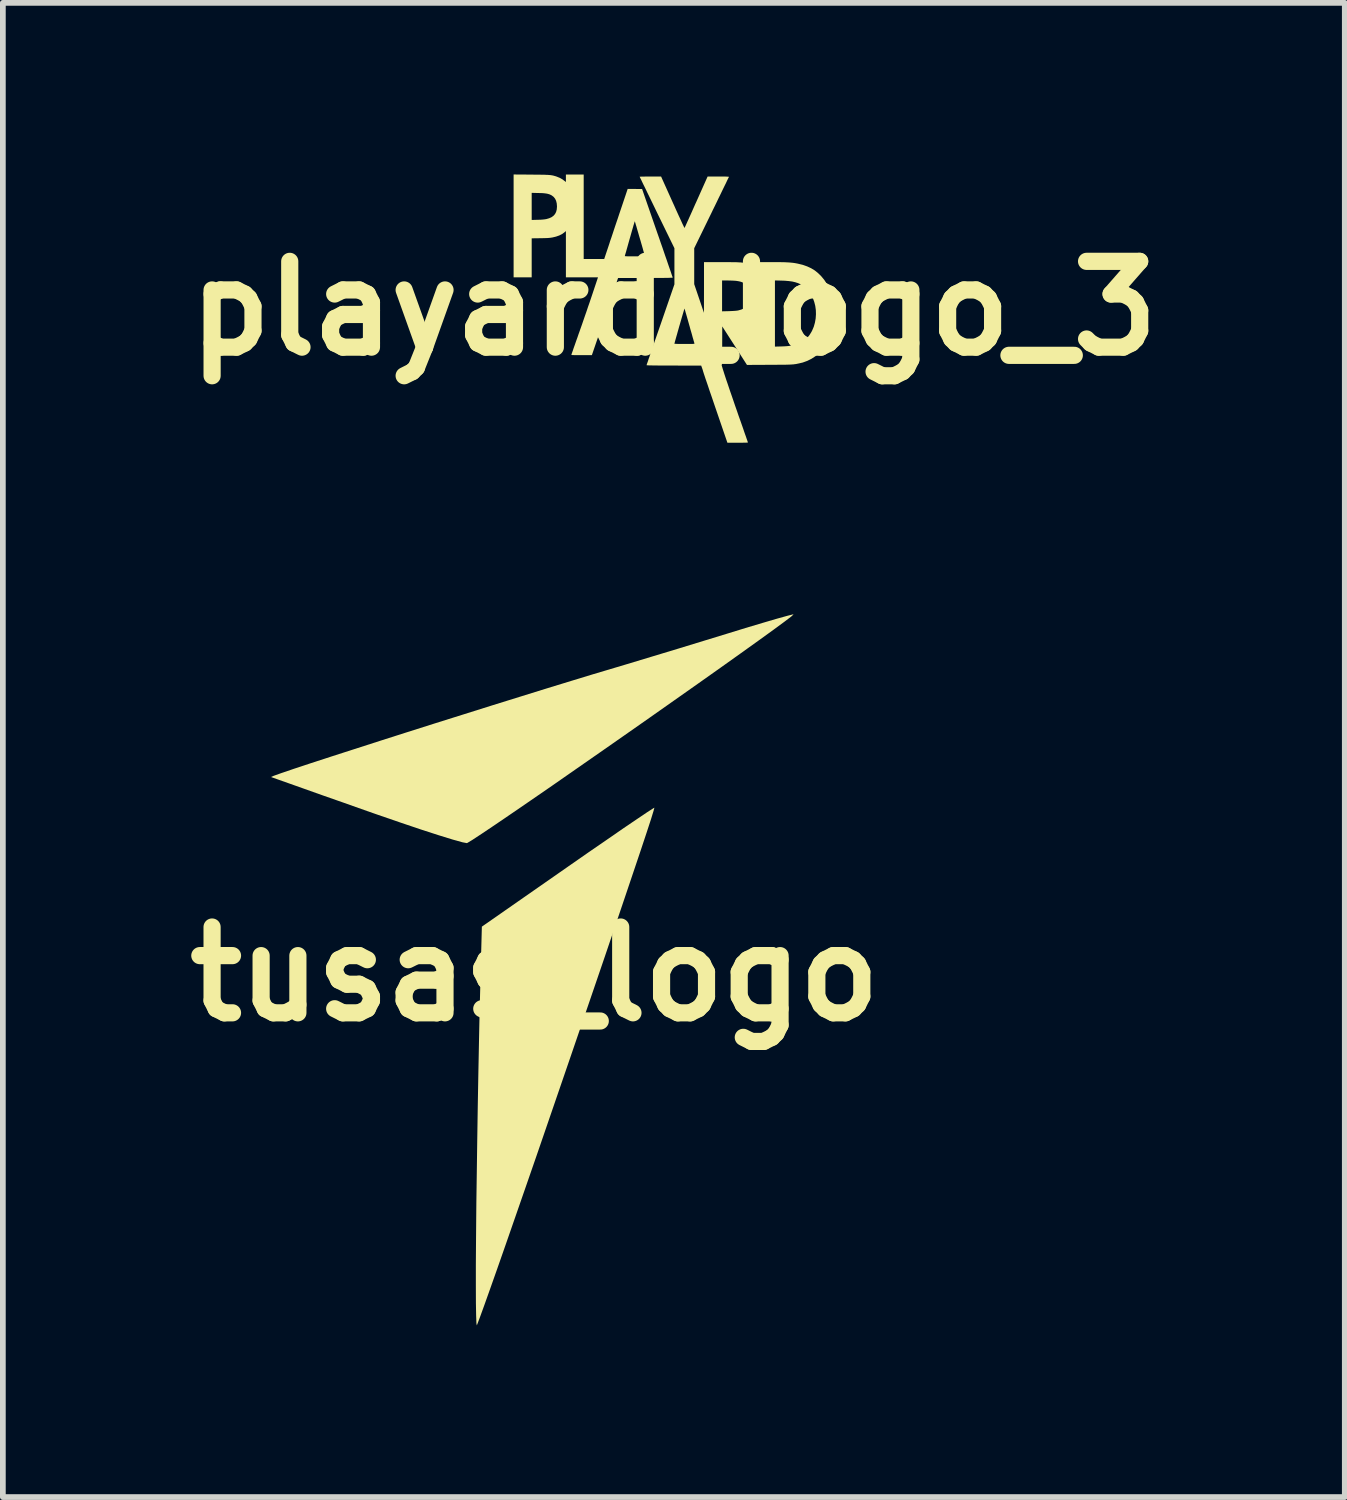
<source format=kicad_pcb>
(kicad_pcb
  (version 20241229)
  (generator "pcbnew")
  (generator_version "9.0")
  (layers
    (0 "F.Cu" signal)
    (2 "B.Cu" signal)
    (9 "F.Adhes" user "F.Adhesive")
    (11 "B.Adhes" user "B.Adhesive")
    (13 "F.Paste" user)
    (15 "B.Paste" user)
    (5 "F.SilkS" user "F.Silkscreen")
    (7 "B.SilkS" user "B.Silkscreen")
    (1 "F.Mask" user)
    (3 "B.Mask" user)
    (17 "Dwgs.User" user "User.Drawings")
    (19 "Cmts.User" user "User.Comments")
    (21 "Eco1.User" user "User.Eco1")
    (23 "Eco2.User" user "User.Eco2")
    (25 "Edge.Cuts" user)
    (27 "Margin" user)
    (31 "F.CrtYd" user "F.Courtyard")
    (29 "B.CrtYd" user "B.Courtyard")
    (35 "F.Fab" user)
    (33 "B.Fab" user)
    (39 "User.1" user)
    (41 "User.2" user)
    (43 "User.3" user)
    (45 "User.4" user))
  (footprint "playard_logo_3"
    (layer "F.Cu")
    (at 8.729 2.34)
    (property "Reference" "playard_logo_3" (at 0 0 0) (layer "F.SilkS") (effects (font (size 1.5 1.5) (thickness 0.3))))
    (attr board_only exclude_from_pos_files exclude_from_bom)
    (fp_poly (pts (xy -2.496 -2.338) (xy -2.428 -2.337) (xy -2.369 -2.337) (xy -2.318 -2.336) (xy -2.275 -2.336) (xy -2.238 -2.334) (xy -2.206 -2.333) (xy -2.179 -2.331) (xy -2.156 -2.329) (xy -2.136 -2.326) (xy -2.118 -2.323) (xy -2.101 -2.319) (xy -2.084 -2.314) (xy -2.066 -2.309) (xy -2.051 -2.304) (xy -1.994 -2.281) (xy -1.945 -2.253) (xy -1.916 -2.231) (xy -1.887 -2.208) (xy -1.887 -2.274) (xy -1.887 -2.339) (xy -1.732 -2.339) (xy -1.576 -2.339) (xy -1.576 -1.601) (xy -1.576 -0.863) (xy -1.397 -0.863) (xy -1.217 -0.863) (xy -1.2 -0.915) (xy -0.857 -0.915) (xy -0.856 -0.913) (xy -0.85 -0.912) (xy -0.839 -0.911) (xy -0.821 -0.91) (xy -0.796 -0.909) (xy -0.764 -0.909) (xy -0.723 -0.909) (xy -0.683 -0.909) (xy -0.506 -0.909) (xy -0.509 -0.92) (xy -0.514 -0.941) (xy -0.522 -0.969) (xy -0.532 -1.003) (xy -0.542 -1.041) (xy -0.554 -1.083) (xy -0.567 -1.128) (xy -0.58 -1.174) (xy -0.594 -1.221) (xy -0.608 -1.268) (xy -0.621 -1.314) (xy -0.634 -1.358) (xy -0.646 -1.399) (xy -0.656 -1.435) (xy -0.666 -1.466) (xy -0.673 -1.492) (xy -0.679 -1.51) (xy -0.682 -1.52) (xy -0.683 -1.522) (xy -0.685 -1.517) (xy -0.689 -1.503) (xy -0.696 -1.48) (xy -0.705 -1.451) (xy -0.715 -1.415) (xy -0.727 -1.374) (xy -0.74 -1.329) (xy -0.754 -1.279) (xy -0.769 -1.226) (xy -0.771 -1.22) (xy -0.786 -1.167) (xy -0.8 -1.117) (xy -0.813 -1.07) (xy -0.825 -1.028) (xy -0.835 -0.991) (xy -0.844 -0.961) (xy -0.851 -0.938) (xy -0.855 -0.922) (xy -0.857 -0.915) (xy -0.857 -0.915) (xy -1.2 -0.915) (xy -1.142 -1.088) (xy -1.128 -1.13) (xy -1.112 -1.181) (xy -1.092 -1.238) (xy -1.071 -1.301) (xy -1.049 -1.368) (xy -1.026 -1.437) (xy -1.002 -1.508) (xy -0.978 -1.578) (xy -0.955 -1.648) (xy -0.937 -1.701) (xy -0.807 -2.088) (xy -0.681 -2.087) (xy -0.555 -2.086) (xy -0.288 -1.315) (xy -0.258 -1.23) (xy -0.23 -1.148) (xy -0.202 -1.069) (xy -0.176 -0.993) (xy -0.152 -0.922) (xy -0.128 -0.854) (xy -0.107 -0.792) (xy -0.088 -0.736) (xy -0.07 -0.685) (xy -0.055 -0.642) (xy -0.043 -0.605) (xy -0.033 -0.576) (xy -0.025 -0.554) (xy -0.021 -0.542) (xy -0.02 -0.538) (xy -0.022 -0.537) (xy -0.028 -0.536) (xy -0.039 -0.535) (xy -0.055 -0.535) (xy -0.076 -0.534) (xy -0.104 -0.533) (xy -0.138 -0.533) (xy -0.179 -0.532) (xy -0.228 -0.532) (xy -0.285 -0.532) (xy -0.351 -0.531) (xy -0.426 -0.531) (xy -0.498 -0.531) (xy -0.975 -0.53) (xy -0.99 -0.487) (xy -0.997 -0.466) (xy -1.002 -0.448) (xy -1.006 -0.435) (xy -1.006 -0.432) (xy -1.008 -0.426) (xy -1.013 -0.411) (xy -1.021 -0.387) (xy -1.032 -0.356) (xy -1.044 -0.318) (xy -1.06 -0.273) (xy -1.077 -0.222) (xy -1.096 -0.165) (xy -1.117 -0.103) (xy -1.14 -0.038) (xy -1.164 0.032) (xy -1.189 0.105) (xy -1.215 0.181) (xy -1.221 0.199) (xy -1.433 0.818) (xy -1.613 0.818) (xy -1.66 0.818) (xy -1.699 0.818) (xy -1.729 0.818) (xy -1.752 0.817) (xy -1.768 0.817) (xy -1.78 0.816) (xy -1.786 0.815) (xy -1.79 0.813) (xy -1.791 0.811) (xy -1.791 0.809) (xy -1.789 0.803) (xy -1.784 0.789) (xy -1.776 0.766) (xy -1.765 0.736) (xy -1.753 0.699) (xy -1.738 0.657) (xy -1.721 0.609) (xy -1.703 0.557) (xy -1.683 0.502) (xy -1.663 0.443) (xy -1.654 0.419) (xy -1.63 0.35) (xy -1.604 0.277) (xy -1.578 0.201) (xy -1.551 0.123) (xy -1.524 0.046) (xy -1.499 -0.029) (xy -1.474 -0.1) (xy -1.452 -0.166) (xy -1.432 -0.225) (xy -1.423 -0.252) (xy -1.326 -0.542) (xy -1.607 -0.542) (xy -1.887 -0.542) (xy -1.887 -0.947) (xy -1.887 -1.351) (xy -1.911 -1.33) (xy -1.953 -1.299) (xy -2.003 -1.274) (xy -2.06 -1.254) (xy -2.123 -1.239) (xy -2.143 -1.236) (xy -2.163 -1.233) (xy -2.186 -1.231) (xy -2.212 -1.229) (xy -2.243 -1.228) (xy -2.282 -1.227) (xy -2.328 -1.226) (xy -2.333 -1.226) (xy -2.485 -1.224) (xy -2.485 -0.883) (xy -2.485 -0.542) (xy -2.643 -0.542) (xy -2.801 -0.542) (xy -2.801 -1.441) (xy -2.801 -2.019) (xy -2.485 -2.019) (xy -2.485 -1.782) (xy -2.485 -1.545) (xy -2.381 -1.548) (xy -2.334 -1.549) (xy -2.295 -1.552) (xy -2.264 -1.555) (xy -2.238 -1.559) (xy -2.231 -1.56) (xy -2.179 -1.575) (xy -2.137 -1.594) (xy -2.103 -1.619) (xy -2.077 -1.649) (xy -2.058 -1.686) (xy -2.047 -1.728) (xy -2.043 -1.778) (xy -2.043 -1.782) (xy -2.047 -1.834) (xy -2.058 -1.879) (xy -2.076 -1.917) (xy -2.102 -1.949) (xy -2.135 -1.974) (xy -2.15 -1.982) (xy -2.172 -1.992) (xy -2.194 -1.999) (xy -2.218 -2.005) (xy -2.246 -2.009) (xy -2.279 -2.013) (xy -2.319 -2.015) (xy -2.367 -2.016) (xy -2.371 -2.016) (xy -2.485 -2.019) (xy -2.801 -2.019) (xy -2.801 -2.34)) (stroke (width 0) (type solid)) (fill yes) (layer "F.SilkS"))
    (fp_poly (pts (xy -0.223 -2.304) (xy -0.02 -1.853) (xy 0.009 -1.789) (xy 0.036 -1.728) (xy 0.062 -1.671) (xy 0.086 -1.618) (xy 0.109 -1.569) (xy 0.129 -1.525) (xy 0.146 -1.487) (xy 0.161 -1.456) (xy 0.173 -1.431) (xy 0.181 -1.414) (xy 0.186 -1.406) (xy 0.186 -1.405) (xy 0.189 -1.41) (xy 0.195 -1.423) (xy 0.205 -1.444) (xy 0.218 -1.473) (xy 0.234 -1.509) (xy 0.253 -1.55) (xy 0.274 -1.597) (xy 0.297 -1.648) (xy 0.322 -1.704) (xy 0.348 -1.763) (xy 0.376 -1.826) (xy 0.39 -1.856) (xy 0.59 -2.304) (xy 0.777 -2.304) (xy 0.826 -2.304) (xy 0.866 -2.304) (xy 0.897 -2.304) (xy 0.921 -2.303) (xy 0.939 -2.302) (xy 0.951 -2.302) (xy 0.958 -2.3) (xy 0.962 -2.299) (xy 0.962 -2.297) (xy 0.962 -2.297) (xy 0.96 -2.291) (xy 0.953 -2.278) (xy 0.942 -2.256) (xy 0.928 -2.227) (xy 0.911 -2.19) (xy 0.89 -2.148) (xy 0.866 -2.099) (xy 0.84 -2.045) (xy 0.812 -1.987) (xy 0.781 -1.924) (xy 0.749 -1.857) (xy 0.715 -1.787) (xy 0.679 -1.714) (xy 0.658 -1.67) (xy 0.356 -1.051) (xy 0.356 -0.737) (xy 0.356 -0.423) (xy 0.441 -0.173) (xy 0.526 0.078) (xy 0.527 -0.365) (xy 0.527 -0.487) (xy 0.843 -0.487) (xy 0.843 -0.218) (xy 0.843 0.052) (xy 0.963 0.049) (xy 1.009 0.047) (xy 1.047 0.045) (xy 1.077 0.043) (xy 1.103 0.04) (xy 1.124 0.037) (xy 1.127 0.036) (xy 1.18 0.021) (xy 1.225 0.00049) (xy 1.262 -0.026) (xy 1.291 -0.058) (xy 1.312 -0.096) (xy 1.322 -0.127) (xy 1.33 -0.172) (xy 1.333 -0.22) (xy 1.331 -0.269) (xy 1.323 -0.314) (xy 1.314 -0.345) (xy 1.3 -0.373) (xy 1.277 -0.401) (xy 1.25 -0.426) (xy 1.221 -0.444) (xy 1.219 -0.445) (xy 1.19 -0.458) (xy 1.159 -0.468) (xy 1.126 -0.475) (xy 1.087 -0.481) (xy 1.043 -0.484) (xy 0.992 -0.486) (xy 0.945 -0.487) (xy 0.843 -0.487) (xy 0.527 -0.487) (xy 0.527 -0.488) (xy 1.767 -0.488) (xy 1.767 0.09) (xy 1.767 0.669) (xy 1.876 0.666) (xy 1.93 0.664) (xy 1.976 0.661) (xy 2.015 0.657) (xy 2.043 0.653) (xy 2.116 0.637) (xy 2.18 0.616) (xy 2.237 0.589) (xy 2.287 0.555) (xy 2.332 0.515) (xy 2.371 0.467) (xy 2.405 0.412) (xy 2.417 0.389) (xy 2.446 0.321) (xy 2.466 0.25) (xy 2.479 0.177) (xy 2.484 0.103) (xy 2.482 0.03) (xy 2.472 -0.043) (xy 2.454 -0.113) (xy 2.43 -0.179) (xy 2.399 -0.241) (xy 2.36 -0.297) (xy 2.332 -0.33) (xy 2.296 -0.365) (xy 2.258 -0.395) (xy 2.217 -0.42) (xy 2.173 -0.44) (xy 2.124 -0.456) (xy 2.069 -0.469) (xy 2.008 -0.477) (xy 1.939 -0.483) (xy 1.879 -0.485) (xy 1.767 -0.488) (xy 0.527 -0.488) (xy 0.527 -0.808) (xy 0.828 -0.808) (xy 0.899 -0.808) (xy 0.961 -0.808) (xy 1.014 -0.807) (xy 1.06 -0.807) (xy 1.1 -0.806) (xy 1.134 -0.804) (xy 1.163 -0.803) (xy 1.189 -0.8) (xy 1.211 -0.798) (xy 1.231 -0.794) (xy 1.25 -0.79) (xy 1.269 -0.786) (xy 1.287 -0.781) (xy 1.331 -0.765) (xy 1.375 -0.745) (xy 1.414 -0.723) (xy 1.427 -0.715) (xy 1.451 -0.698) (xy 1.451 -0.753) (xy 1.451 -0.808) (xy 1.707 -0.808) (xy 1.777 -0.808) (xy 1.838 -0.808) (xy 1.892 -0.807) (xy 1.939 -0.806) (xy 1.98 -0.804) (xy 2.016 -0.802) (xy 2.049 -0.799) (xy 2.08 -0.796) (xy 2.109 -0.792) (xy 2.138 -0.787) (xy 2.168 -0.781) (xy 2.172 -0.78) (xy 2.255 -0.76) (xy 2.331 -0.733) (xy 2.4 -0.701) (xy 2.464 -0.662) (xy 2.522 -0.615) (xy 2.575 -0.563) (xy 2.629 -0.498) (xy 2.676 -0.425) (xy 2.716 -0.346) (xy 2.749 -0.26) (xy 2.775 -0.166) (xy 2.789 -0.1) (xy 2.792 -0.074) (xy 2.795 -0.04) (xy 2.798 -0.000023) (xy 2.799 0.043) (xy 2.8 0.087) (xy 2.8 0.131) (xy 2.8 0.171) (xy 2.798 0.205) (xy 2.796 0.226) (xy 2.781 0.324) (xy 2.758 0.417) (xy 2.728 0.503) (xy 2.691 0.584) (xy 2.647 0.657) (xy 2.596 0.724) (xy 2.539 0.784) (xy 2.476 0.836) (xy 2.407 0.881) (xy 2.333 0.918) (xy 2.253 0.947) (xy 2.185 0.963) (xy 2.165 0.967) (xy 2.147 0.971) (xy 2.13 0.974) (xy 2.112 0.976) (xy 2.094 0.979) (xy 2.074 0.98) (xy 2.051 0.982) (xy 2.026 0.983) (xy 1.996 0.984) (xy 1.961 0.985) (xy 1.92 0.986) (xy 1.872 0.986) (xy 1.818 0.986) (xy 1.755 0.987) (xy 1.683 0.987) (xy 1.667 0.987) (xy 1.278 0.989) (xy 1.062 0.652) (xy 0.853 0.327) (xy 1.215 0.327) (xy 1.256 0.386) (xy 1.27 0.407) (xy 1.289 0.434) (xy 1.31 0.465) (xy 1.334 0.499) (xy 1.357 0.534) (xy 1.372 0.555) (xy 1.448 0.666) (xy 1.45 0.445) (xy 1.45 0.399) (xy 1.45 0.356) (xy 1.45 0.317) (xy 1.45 0.284) (xy 1.45 0.257) (xy 1.449 0.237) (xy 1.449 0.225) (xy 1.449 0.222) (xy 1.444 0.224) (xy 1.433 0.23) (xy 1.418 0.239) (xy 1.415 0.241) (xy 1.358 0.273) (xy 1.294 0.301) (xy 1.264 0.311) (xy 1.215 0.327) (xy 0.853 0.327) (xy 0.846 0.316) (xy 0.845 0.652) (xy 0.844 0.72) (xy 0.844 0.777) (xy 0.844 0.826) (xy 0.843 0.868) (xy 0.843 0.901) (xy 0.842 0.928) (xy 0.842 0.95) (xy 0.841 0.965) (xy 0.84 0.977) (xy 0.839 0.984) (xy 0.838 0.988) (xy 0.836 0.989) (xy 0.836 0.989) (xy 0.836 0.994) (xy 0.839 1.007) (xy 0.846 1.029) (xy 0.855 1.06) (xy 0.867 1.097) (xy 0.881 1.142) (xy 0.898 1.194) (xy 0.917 1.252) (xy 0.939 1.315) (xy 0.962 1.384) (xy 0.987 1.458) (xy 1.014 1.535) (xy 1.042 1.617) (xy 1.071 1.702) (xy 1.102 1.79) (xy 1.133 1.881) (xy 1.166 1.973) (xy 1.172 1.99) (xy 1.192 2.047) (xy 1.211 2.101) (xy 1.228 2.152) (xy 1.244 2.198) (xy 1.259 2.239) (xy 1.271 2.275) (xy 1.281 2.304) (xy 1.289 2.326) (xy 1.293 2.34) (xy 1.295 2.345) (xy 1.29 2.346) (xy 1.277 2.347) (xy 1.255 2.348) (xy 1.227 2.348) (xy 1.193 2.349) (xy 1.155 2.349) (xy 1.116 2.349) (xy 0.936 2.349) (xy 0.724 1.73) (xy 0.698 1.654) (xy 0.673 1.58) (xy 0.649 1.51) (xy 0.626 1.444) (xy 0.605 1.381) (xy 0.586 1.324) (xy 0.568 1.272) (xy 0.552 1.226) (xy 0.539 1.186) (xy 0.528 1.153) (xy 0.52 1.129) (xy 0.515 1.112) (xy 0.512 1.104) (xy 0.512 1.104) (xy 0.51 1.096) (xy 0.506 1.082) (xy 0.5 1.063) (xy 0.495 1.049) (xy 0.478 1.001) (xy 0.001 1) (xy -0.084 1) (xy -0.16 1) (xy -0.226 0.999) (xy -0.283 0.999) (xy -0.332 0.998) (xy -0.373 0.998) (xy -0.407 0.997) (xy -0.433 0.997) (xy -0.453 0.996) (xy -0.467 0.995) (xy -0.474 0.994) (xy -0.477 0.993) (xy -0.475 0.988) (xy -0.471 0.973) (xy -0.463 0.951) (xy -0.452 0.92) (xy -0.44 0.882) (xy -0.424 0.837) (xy -0.407 0.786) (xy -0.387 0.729) (xy -0.366 0.667) (xy -0.349 0.619) (xy 0.01 0.619) (xy 0.015 0.62) (xy 0.029 0.62) (xy 0.05 0.621) (xy 0.078 0.622) (xy 0.112 0.622) (xy 0.15 0.622) (xy 0.186 0.622) (xy 0.233 0.622) (xy 0.27 0.622) (xy 0.3 0.622) (xy 0.322 0.622) (xy 0.338 0.621) (xy 0.349 0.62) (xy 0.356 0.619) (xy 0.359 0.617) (xy 0.36 0.615) (xy 0.36 0.614) (xy 0.358 0.607) (xy 0.354 0.592) (xy 0.347 0.569) (xy 0.339 0.539) (xy 0.328 0.503) (xy 0.317 0.461) (xy 0.304 0.415) (xy 0.289 0.365) (xy 0.275 0.312) (xy 0.273 0.306) (xy 0.258 0.253) (xy 0.244 0.203) (xy 0.231 0.157) (xy 0.219 0.115) (xy 0.208 0.079) (xy 0.2 0.049) (xy 0.193 0.026) (xy 0.188 0.011) (xy 0.186 0.004) (xy 0.186 0.004) (xy 0.184 0.008) (xy 0.18 0.021) (xy 0.174 0.042) (xy 0.166 0.069) (xy 0.156 0.102) (xy 0.145 0.14) (xy 0.133 0.181) (xy 0.12 0.226) (xy 0.107 0.272) (xy 0.093 0.319) (xy 0.08 0.366) (xy 0.067 0.411) (xy 0.055 0.455) (xy 0.043 0.496) (xy 0.033 0.532) (xy 0.024 0.563) (xy 0.017 0.588) (xy 0.013 0.607) (xy 0.01 0.617) (xy 0.01 0.619) (xy -0.349 0.619) (xy -0.343 0.6) (xy -0.318 0.529) (xy -0.292 0.454) (xy -0.265 0.376) (xy -0.237 0.295) (xy -0.233 0.284) (xy 0.01 -0.42) (xy 0.01 -0.735) (xy 0.01 -1.051) (xy -0.294 -1.674) (xy -0.33 -1.749) (xy -0.365 -1.821) (xy -0.398 -1.889) (xy -0.43 -1.955) (xy -0.46 -2.016) (xy -0.487 -2.073) (xy -0.512 -2.124) (xy -0.535 -2.17) (xy -0.554 -2.21) (xy -0.57 -2.244) (xy -0.583 -2.27) (xy -0.592 -2.288) (xy -0.596 -2.299) (xy -0.597 -2.301) (xy -0.593 -2.302) (xy -0.579 -2.302) (xy -0.557 -2.303) (xy -0.529 -2.303) (xy -0.495 -2.304) (xy -0.456 -2.304) (xy -0.414 -2.304) (xy -0.41 -2.304)) (stroke (width 0) (type solid)) (fill yes) (layer "F.SilkS")))
  (footprint "tusas_logo"
    (layer "F.Cu")
    (at 6.3 13.976)
    (property "Reference" "tusas_logo" (at 0 0 0) (layer "F.SilkS") (effects (font (size 1.5 1.5) (thickness 0.3))))
    (attr board_only exclude_from_pos_files exclude_from_bom)
    (fp_poly (pts (xy 2.075 -2.854) (xy 2.029 -2.704) (xy 1.952 -2.469) (xy 1.848 -2.156) (xy 1.72 -1.776) (xy 1.572 -1.337) (xy 1.407 -0.849) (xy 1.228 -0.321) (xy 1.037 0.238) (xy 0.838 0.819) (xy 0.635 1.412) (xy 0.43 2.009) (xy 0.227 2.6) (xy 0.029 3.176) (xy -0.162 3.727) (xy -0.342 4.245) (xy -0.507 4.72) (xy -0.655 5.143) (xy -0.783 5.505) (xy -0.887 5.797) (xy -0.964 6.009) (xy -1.011 6.132) (xy -1.015 6.142) (xy -1.022 6.107) (xy -1.027 5.973) (xy -1.031 5.75) (xy -1.032 5.449) (xy -1.032 5.082) (xy -1.029 4.66) (xy -1.025 4.193) (xy -1.023 3.984) (xy -1.015 3.43) (xy -1.007 2.854) (xy -0.998 2.279) (xy -0.988 1.726) (xy -0.978 1.218) (xy -0.969 0.779) (xy -0.961 0.457) (xy -0.927 -0.828) (xy 0.574 -1.874) (xy 0.933 -2.124) (xy 1.263 -2.351) (xy 1.551 -2.55) (xy 1.789 -2.711) (xy 1.964 -2.829) (xy 2.067 -2.895) (xy 2.089 -2.908)) (stroke (width 0) (type solid)) (fill yes) (layer "F.SilkS"))
    (fp_poly (pts (xy 4.484 -6.251) (xy 4.363 -6.159) (xy 4.17 -6.017) (xy 3.914 -5.832) (xy 3.604 -5.61) (xy 3.25 -5.358) (xy 2.86 -5.082) (xy 2.444 -4.789) (xy 2.012 -4.485) (xy 1.572 -4.177) (xy 1.135 -3.872) (xy 0.708 -3.575) (xy 0.303 -3.293) (xy -0.073 -3.034) (xy -0.41 -2.803) (xy -0.698 -2.607) (xy -0.929 -2.452) (xy -1.092 -2.345) (xy -1.178 -2.293) (xy -1.189 -2.288) (xy -1.267 -2.303) (xy -1.436 -2.35) (xy -1.682 -2.426) (xy -1.991 -2.526) (xy -2.349 -2.647) (xy -2.744 -2.783) (xy -2.933 -2.849) (xy -3.336 -2.992) (xy -3.707 -3.122) (xy -4.03 -3.237) (xy -4.295 -3.331) (xy -4.487 -3.399) (xy -4.594 -3.437) (xy -4.612 -3.444) (xy -4.57 -3.463) (xy -4.433 -3.512) (xy -4.213 -3.587) (xy -3.92 -3.684) (xy -3.564 -3.8) (xy -3.157 -3.931) (xy -2.71 -4.075) (xy -2.234 -4.227) (xy -1.739 -4.384) (xy -1.236 -4.542) (xy -0.737 -4.699) (xy -0.251 -4.85) (xy 0.209 -4.993) (xy 0.633 -5.123) (xy 1.01 -5.238) (xy 1.245 -5.308) (xy 1.607 -5.416) (xy 2.037 -5.546) (xy 2.5 -5.686) (xy 2.957 -5.826) (xy 3.346 -5.945) (xy 3.684 -6.049) (xy 3.985 -6.139) (xy 4.234 -6.212) (xy 4.414 -6.262) (xy 4.51 -6.286) (xy 4.522 -6.287)) (stroke (width 0) (type solid)) (fill yes) (layer "F.SilkS")))
  (gr_rect
    (start -3 -3)
    (end 20.457 23.119)
    (stroke (width 0.1) (type default))
    (fill no)
    (layer "Edge.Cuts")))
</source>
